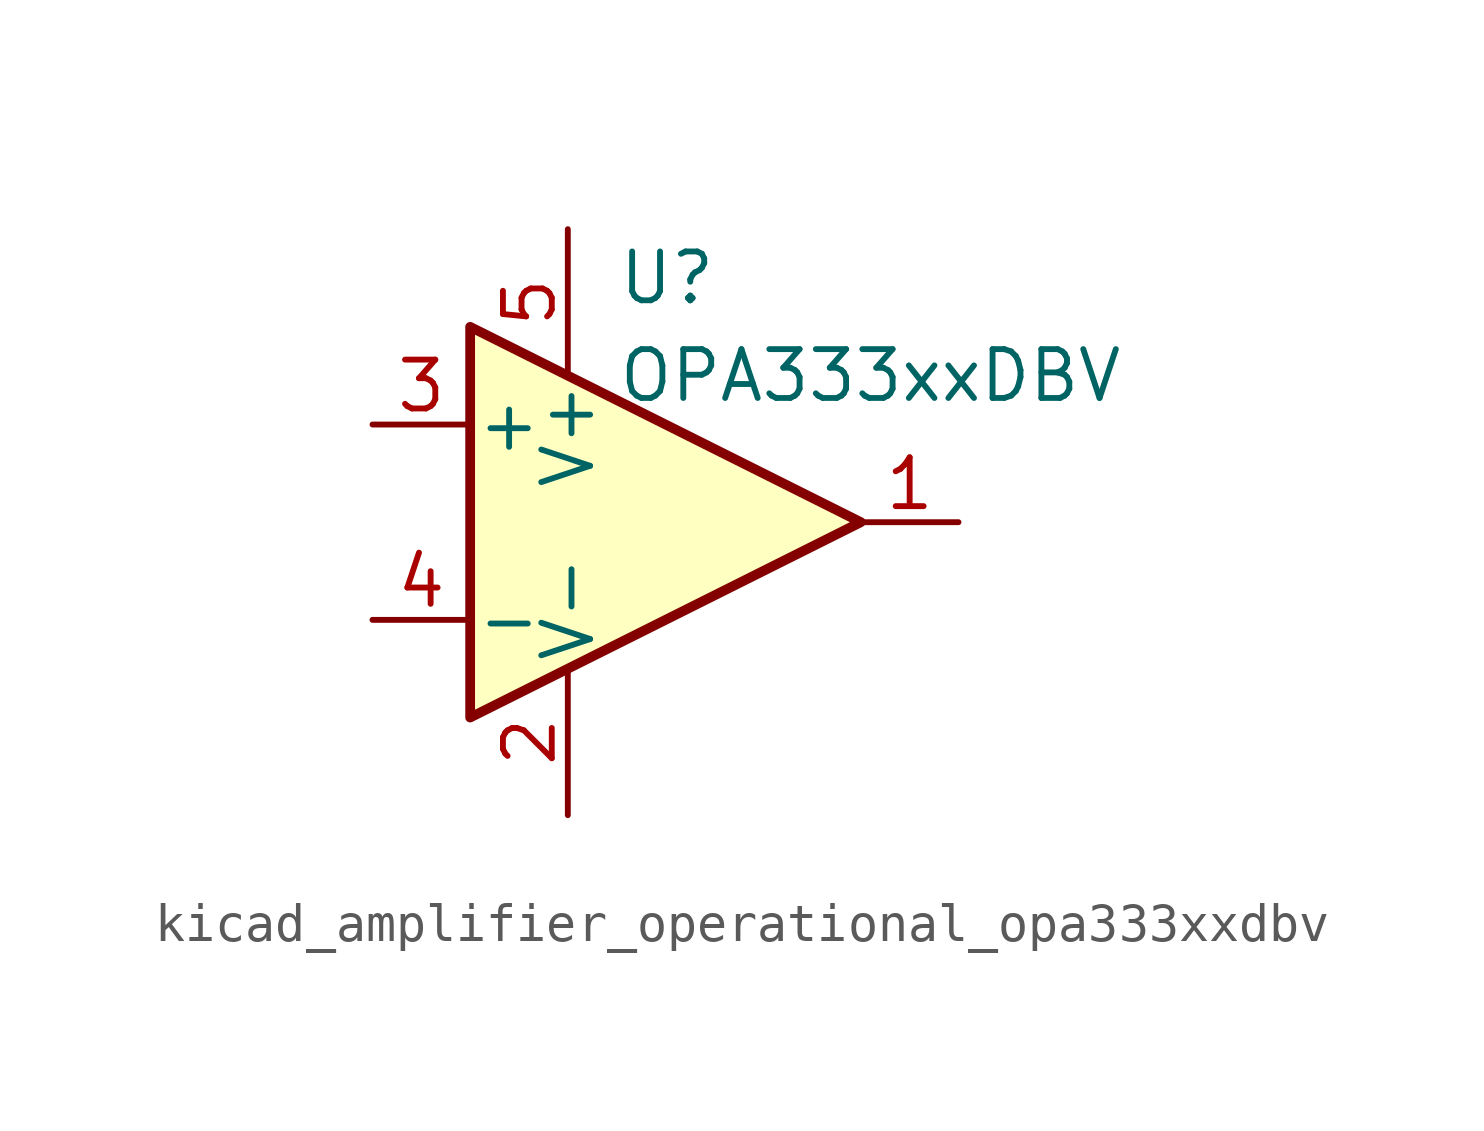
<source format=kicad_sym>
(kicad_symbol_lib
  (version 20220914)
  (generator kicad_symbol_editor)
  (symbol "kicad_amplifier_operational_opa333xxdbv"
    (pin_names
      (offset 0.127))
    (property "Reference" "U"
      (at -1.27 6.35 0)
      (effects (font (size 1.27 1.27)) (justify left)))
    (property "Value" "OPA333xxDBV"
      (at -1.27 3.81 0)
      (effects (font (size 1.27 1.27)) (justify left)))
    (symbol "kicad_amplifier_operational_opa333xxdbv_0_1"
      (polyline (pts (xy -5.08 5.08) (xy 5.08 0) (xy -5.08 -5.08) (xy -5.08 5.08)) (stroke (width 0.254) (type default)) (fill (type background)))
      (pin power_in line (at -2.54 -7.62 90) (length 3.81) (name "V-" (effects (font (size 1.27 1.27)))) (number "2" (effects (font (size 1.27 1.27)))))
      (pin power_in line (at -2.54 7.62 270) (length 3.81) (name "V+" (effects (font (size 1.27 1.27)))) (number "5" (effects (font (size 1.27 1.27))))))
    (symbol "kicad_amplifier_operational_opa333xxdbv_1_1"
      (pin output line (at 7.62 0 180) (length 2.54) (name "~" (effects (font (size 1.27 1.27)))) (number "1" (effects (font (size 1.27 1.27)))))
      (pin input line (at -7.62 2.54 0) (length 2.54) (name "+" (effects (font (size 1.27 1.27)))) (number "3" (effects (font (size 1.27 1.27)))))
      (pin input line (at -7.62 -2.54 0) (length 2.54) (name "-" (effects (font (size 1.27 1.27)))) (number "4" (effects (font (size 1.27 1.27))))))))
</source>
